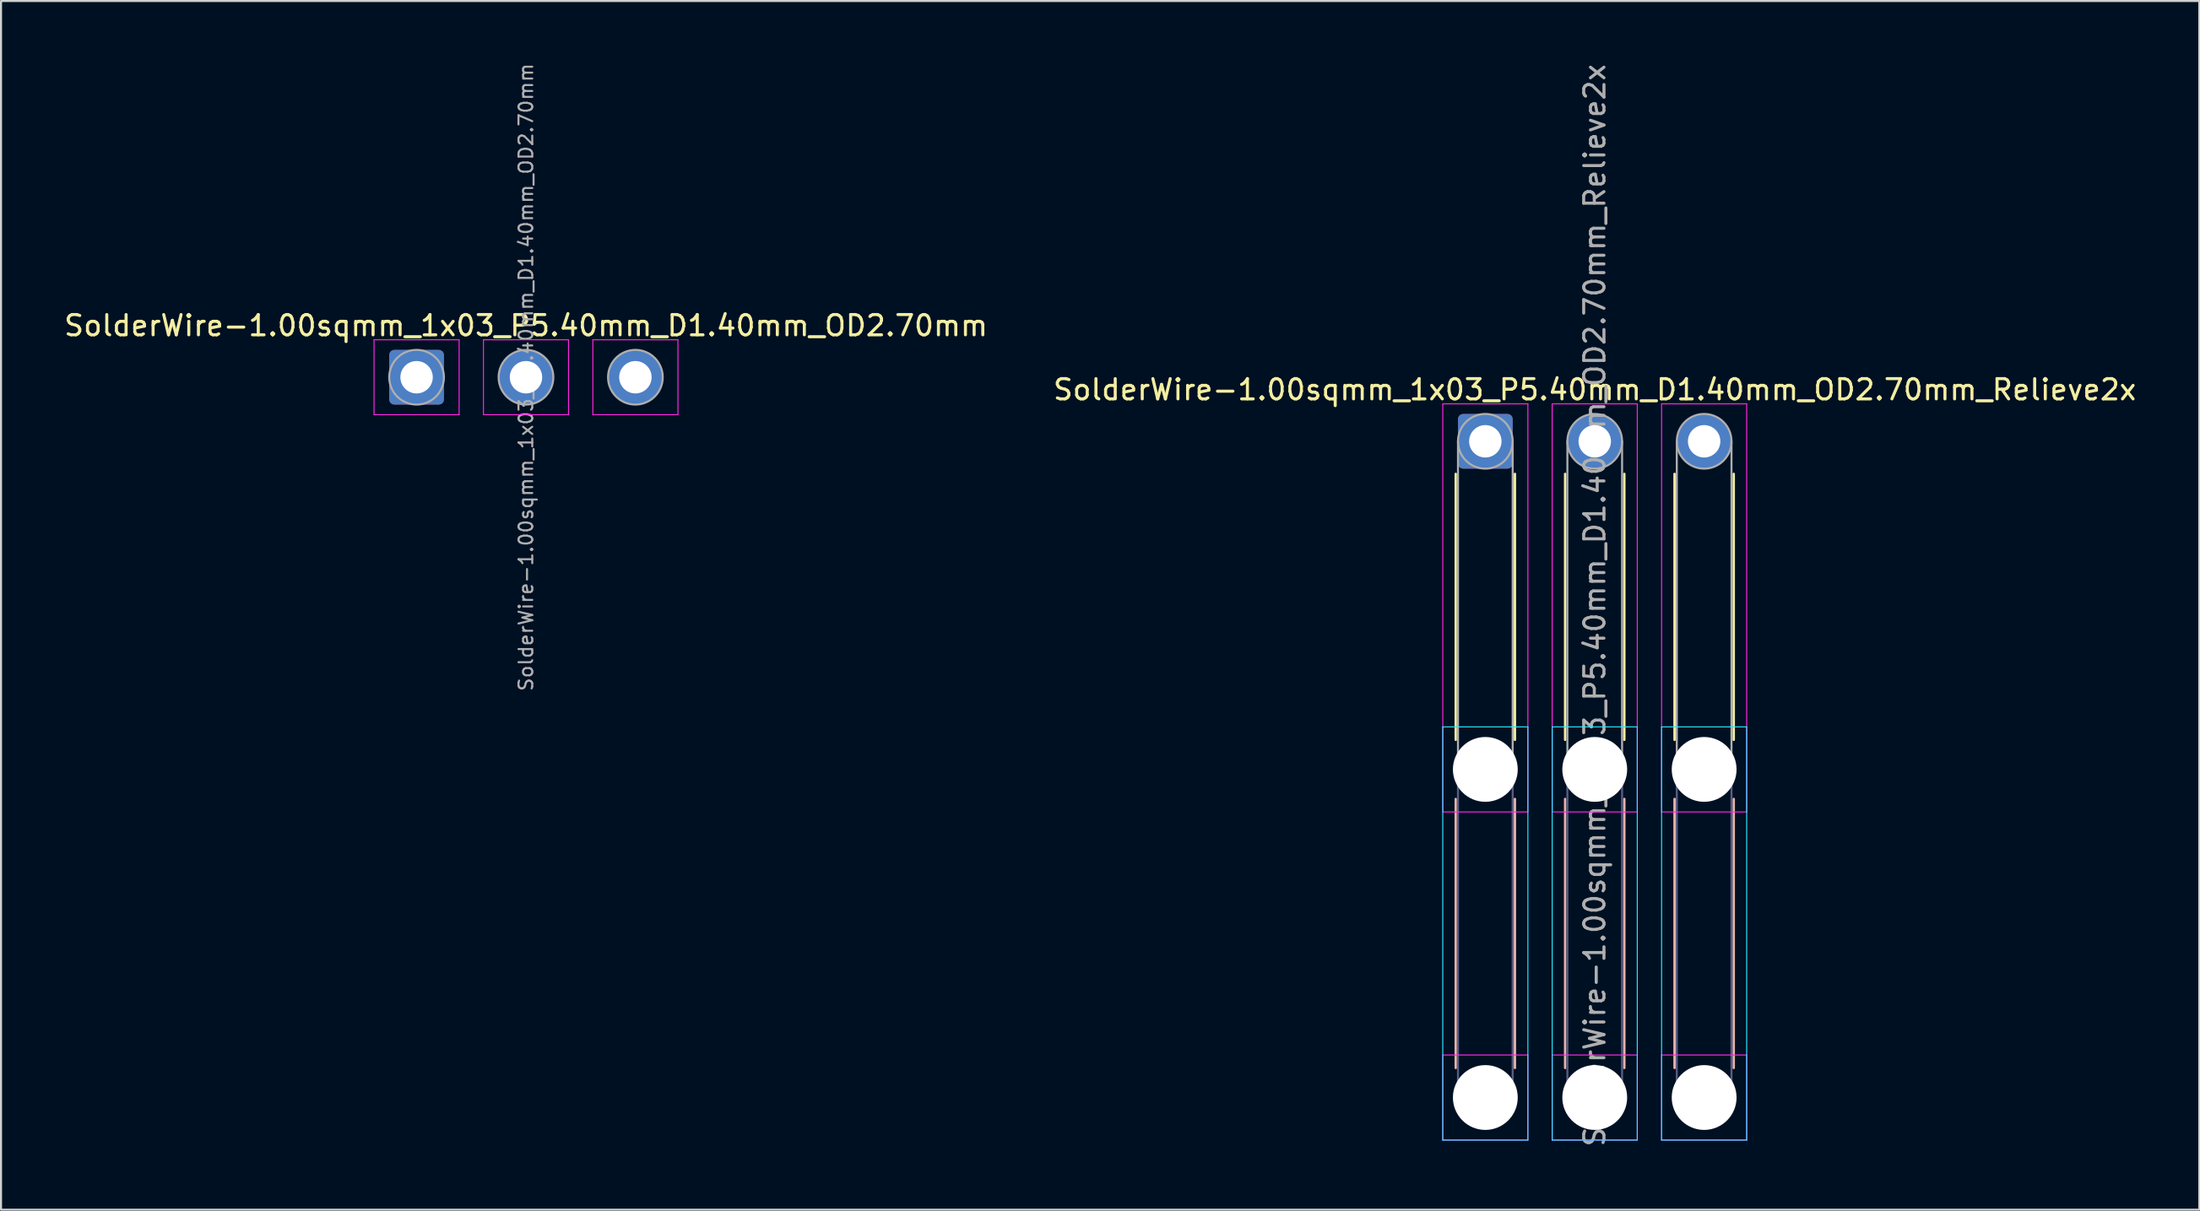
<source format=kicad_pcb>
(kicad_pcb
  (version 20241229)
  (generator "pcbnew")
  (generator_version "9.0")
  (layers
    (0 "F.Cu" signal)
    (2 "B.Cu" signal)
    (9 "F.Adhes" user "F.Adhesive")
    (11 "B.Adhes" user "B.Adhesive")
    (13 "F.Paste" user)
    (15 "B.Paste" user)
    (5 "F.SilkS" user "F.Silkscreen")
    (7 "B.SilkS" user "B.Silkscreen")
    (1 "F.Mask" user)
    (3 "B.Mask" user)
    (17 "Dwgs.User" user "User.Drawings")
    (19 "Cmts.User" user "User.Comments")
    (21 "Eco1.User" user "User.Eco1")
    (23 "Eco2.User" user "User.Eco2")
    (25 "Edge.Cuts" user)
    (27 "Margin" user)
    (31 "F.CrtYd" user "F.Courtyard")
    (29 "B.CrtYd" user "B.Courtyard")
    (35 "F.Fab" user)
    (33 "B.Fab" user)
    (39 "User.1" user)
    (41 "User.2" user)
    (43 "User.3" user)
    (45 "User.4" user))
  (footprint "SolderWire-1.00sqmm_1x03_P5.40mm_D1.40mm_OD2.70mm"
    (layer "F.Cu")
    (at 17.511 15.576)
    (property "Reference" "SolderWire-1.00sqmm_1x03_P5.40mm_D1.40mm_OD2.70mm" (at 5.4 -2.55 0) (layer "F.SilkS") (effects (font (size 1 1) (thickness 0.15))))
    (attr exclude_from_pos_files exclude_from_bom)
    (fp_line (start -2.1 -1.85) (end -2.1 1.85) (stroke (width 0.05) (type solid)) (layer "F.CrtYd"))
    (fp_line (start -2.1 1.85) (end 2.1 1.85) (stroke (width 0.05) (type solid)) (layer "F.CrtYd"))
    (fp_line (start 2.1 -1.85) (end -2.1 -1.85) (stroke (width 0.05) (type solid)) (layer "F.CrtYd"))
    (fp_line (start 2.1 1.85) (end 2.1 -1.85) (stroke (width 0.05) (type solid)) (layer "F.CrtYd"))
    (fp_line (start 3.3 -1.85) (end 3.3 1.85) (stroke (width 0.05) (type solid)) (layer "F.CrtYd"))
    (fp_line (start 3.3 1.85) (end 7.5 1.85) (stroke (width 0.05) (type solid)) (layer "F.CrtYd"))
    (fp_line (start 7.5 -1.85) (end 3.3 -1.85) (stroke (width 0.05) (type solid)) (layer "F.CrtYd"))
    (fp_line (start 7.5 1.85) (end 7.5 -1.85) (stroke (width 0.05) (type solid)) (layer "F.CrtYd"))
    (fp_line (start 8.7 -1.85) (end 8.7 1.85) (stroke (width 0.05) (type solid)) (layer "F.CrtYd"))
    (fp_line (start 8.7 1.85) (end 12.9 1.85) (stroke (width 0.05) (type solid)) (layer "F.CrtYd"))
    (fp_line (start 12.9 -1.85) (end 8.7 -1.85) (stroke (width 0.05) (type solid)) (layer "F.CrtYd"))
    (fp_line (start 12.9 1.85) (end 12.9 -1.85) (stroke (width 0.05) (type solid)) (layer "F.CrtYd"))
    (fp_circle (center 0 0) (end 1.35 0) (stroke (width 0.1) (type solid)) (fill no) (layer "F.Fab"))
    (fp_circle (center 5.4 0) (end 6.75 0) (stroke (width 0.1) (type solid)) (fill no) (layer "F.Fab"))
    (fp_circle (center 10.8 0) (end 12.15 0) (stroke (width 0.1) (type solid)) (fill no) (layer "F.Fab"))
    (fp_text user "${REFERENCE}" (at 5.4 0 90) (layer "F.Fab") (effects (font (size 0.68 0.68) (thickness 0.1))))
    (pad "1" thru_hole roundrect (at 0 0) (size 2.7 2.7) (drill 1.6) (layers "*.Cu" "*.Mask") (roundrect_rratio 0.093))
    (pad "2" thru_hole circle (at 5.4 0) (size 2.7 2.7) (drill 1.6) (layers "*.Cu" "*.Mask"))
    (pad "3" thru_hole circle (at 10.8 0) (size 2.7 2.7) (drill 1.6) (layers "*.Cu" "*.Mask")))
  (footprint "SolderWire-1.00sqmm_1x03_P5.40mm_D1.40mm_OD2.70mm_Relieve2x"
    (layer "F.Cu")
    (at 70.261 18.739)
    (property "Reference" "SolderWire-1.00sqmm_1x03_P5.40mm_D1.40mm_OD2.70mm_Relieve2x" (at 5.4 -2.55 0) (layer "F.SilkS") (effects (font (size 1 1) (thickness 0.15))))
    (attr exclude_from_pos_files exclude_from_bom)
    (fp_line (start -1.46 1.61) (end -1.46 14.74) (stroke (width 0.12) (type solid)) (layer "F.SilkS"))
    (fp_line (start 1.46 1.61) (end 1.46 14.74) (stroke (width 0.12) (type solid)) (layer "F.SilkS"))
    (fp_line (start 3.94 1.61) (end 3.94 14.74) (stroke (width 0.12) (type solid)) (layer "F.SilkS"))
    (fp_line (start 6.86 1.61) (end 6.86 14.74) (stroke (width 0.12) (type solid)) (layer "F.SilkS"))
    (fp_line (start 9.34 1.61) (end 9.34 14.74) (stroke (width 0.12) (type solid)) (layer "F.SilkS"))
    (fp_line (start 12.26 1.61) (end 12.26 14.74) (stroke (width 0.12) (type solid)) (layer "F.SilkS"))
    (fp_line (start -1.46 17.66) (end -1.46 30.94) (stroke (width 0.12) (type solid)) (layer "B.SilkS"))
    (fp_line (start 1.46 17.66) (end 1.46 30.94) (stroke (width 0.12) (type solid)) (layer "B.SilkS"))
    (fp_line (start 3.94 17.66) (end 3.94 30.94) (stroke (width 0.12) (type solid)) (layer "B.SilkS"))
    (fp_line (start 6.86 17.66) (end 6.86 30.94) (stroke (width 0.12) (type solid)) (layer "B.SilkS"))
    (fp_line (start 9.34 17.66) (end 9.34 30.94) (stroke (width 0.12) (type solid)) (layer "B.SilkS"))
    (fp_line (start 12.26 17.66) (end 12.26 30.94) (stroke (width 0.12) (type solid)) (layer "B.SilkS"))
    (fp_line (start -2.1 14.1) (end -2.1 34.5) (stroke (width 0.05) (type solid)) (layer "B.CrtYd"))
    (fp_line (start -2.1 34.5) (end 2.1 34.5) (stroke (width 0.05) (type solid)) (layer "B.CrtYd"))
    (fp_line (start 2.1 14.1) (end -2.1 14.1) (stroke (width 0.05) (type solid)) (layer "B.CrtYd"))
    (fp_line (start 2.1 34.5) (end 2.1 14.1) (stroke (width 0.05) (type solid)) (layer "B.CrtYd"))
    (fp_line (start 3.3 14.1) (end 3.3 34.5) (stroke (width 0.05) (type solid)) (layer "B.CrtYd"))
    (fp_line (start 3.3 34.5) (end 7.5 34.5) (stroke (width 0.05) (type solid)) (layer "B.CrtYd"))
    (fp_line (start 7.5 14.1) (end 3.3 14.1) (stroke (width 0.05) (type solid)) (layer "B.CrtYd"))
    (fp_line (start 7.5 34.5) (end 7.5 14.1) (stroke (width 0.05) (type solid)) (layer "B.CrtYd"))
    (fp_line (start 8.7 14.1) (end 8.7 34.5) (stroke (width 0.05) (type solid)) (layer "B.CrtYd"))
    (fp_line (start 8.7 34.5) (end 12.9 34.5) (stroke (width 0.05) (type solid)) (layer "B.CrtYd"))
    (fp_line (start 12.9 14.1) (end 8.7 14.1) (stroke (width 0.05) (type solid)) (layer "B.CrtYd"))
    (fp_line (start 12.9 34.5) (end 12.9 14.1) (stroke (width 0.05) (type solid)) (layer "B.CrtYd"))
    (fp_line (start -2.1 -1.85) (end -2.1 18.3) (stroke (width 0.05) (type solid)) (layer "F.CrtYd"))
    (fp_line (start -2.1 18.3) (end 2.1 18.3) (stroke (width 0.05) (type solid)) (layer "F.CrtYd"))
    (fp_line (start -2.1 30.3) (end -2.1 34.5) (stroke (width 0.05) (type solid)) (layer "F.CrtYd"))
    (fp_line (start -2.1 34.5) (end 2.1 34.5) (stroke (width 0.05) (type solid)) (layer "F.CrtYd"))
    (fp_line (start 2.1 -1.85) (end -2.1 -1.85) (stroke (width 0.05) (type solid)) (layer "F.CrtYd"))
    (fp_line (start 2.1 18.3) (end 2.1 -1.85) (stroke (width 0.05) (type solid)) (layer "F.CrtYd"))
    (fp_line (start 2.1 30.3) (end -2.1 30.3) (stroke (width 0.05) (type solid)) (layer "F.CrtYd"))
    (fp_line (start 2.1 34.5) (end 2.1 30.3) (stroke (width 0.05) (type solid)) (layer "F.CrtYd"))
    (fp_line (start 3.3 -1.85) (end 3.3 18.3) (stroke (width 0.05) (type solid)) (layer "F.CrtYd"))
    (fp_line (start 3.3 18.3) (end 7.5 18.3) (stroke (width 0.05) (type solid)) (layer "F.CrtYd"))
    (fp_line (start 3.3 30.3) (end 3.3 34.5) (stroke (width 0.05) (type solid)) (layer "F.CrtYd"))
    (fp_line (start 3.3 34.5) (end 7.5 34.5) (stroke (width 0.05) (type solid)) (layer "F.CrtYd"))
    (fp_line (start 7.5 -1.85) (end 3.3 -1.85) (stroke (width 0.05) (type solid)) (layer "F.CrtYd"))
    (fp_line (start 7.5 18.3) (end 7.5 -1.85) (stroke (width 0.05) (type solid)) (layer "F.CrtYd"))
    (fp_line (start 7.5 30.3) (end 3.3 30.3) (stroke (width 0.05) (type solid)) (layer "F.CrtYd"))
    (fp_line (start 7.5 34.5) (end 7.5 30.3) (stroke (width 0.05) (type solid)) (layer "F.CrtYd"))
    (fp_line (start 8.7 -1.85) (end 8.7 18.3) (stroke (width 0.05) (type solid)) (layer "F.CrtYd"))
    (fp_line (start 8.7 18.3) (end 12.9 18.3) (stroke (width 0.05) (type solid)) (layer "F.CrtYd"))
    (fp_line (start 8.7 30.3) (end 8.7 34.5) (stroke (width 0.05) (type solid)) (layer "F.CrtYd"))
    (fp_line (start 8.7 34.5) (end 12.9 34.5) (stroke (width 0.05) (type solid)) (layer "F.CrtYd"))
    (fp_line (start 12.9 -1.85) (end 8.7 -1.85) (stroke (width 0.05) (type solid)) (layer "F.CrtYd"))
    (fp_line (start 12.9 18.3) (end 12.9 -1.85) (stroke (width 0.05) (type solid)) (layer "F.CrtYd"))
    (fp_line (start 12.9 30.3) (end 8.7 30.3) (stroke (width 0.05) (type solid)) (layer "F.CrtYd"))
    (fp_line (start 12.9 34.5) (end 12.9 30.3) (stroke (width 0.05) (type solid)) (layer "F.CrtYd"))
    (fp_line (start -1.35 16.2) (end -1.35 32.4) (stroke (width 0.1) (type solid)) (layer "B.Fab"))
    (fp_line (start 1.35 16.2) (end 1.35 32.4) (stroke (width 0.1) (type solid)) (layer "B.Fab"))
    (fp_line (start 4.05 16.2) (end 4.05 32.4) (stroke (width 0.1) (type solid)) (layer "B.Fab"))
    (fp_line (start 6.75 16.2) (end 6.75 32.4) (stroke (width 0.1) (type solid)) (layer "B.Fab"))
    (fp_line (start 9.45 16.2) (end 9.45 32.4) (stroke (width 0.1) (type solid)) (layer "B.Fab"))
    (fp_line (start 12.15 16.2) (end 12.15 32.4) (stroke (width 0.1) (type solid)) (layer "B.Fab"))
    (fp_circle (center 0 16.2) (end 1.35 16.2) (stroke (width 0.1) (type solid)) (fill no) (layer "B.Fab"))
    (fp_circle (center 0 32.4) (end 1.35 32.4) (stroke (width 0.1) (type solid)) (fill no) (layer "B.Fab"))
    (fp_circle (center 5.4 16.2) (end 6.75 16.2) (stroke (width 0.1) (type solid)) (fill no) (layer "B.Fab"))
    (fp_circle (center 5.4 32.4) (end 6.75 32.4) (stroke (width 0.1) (type solid)) (fill no) (layer "B.Fab"))
    (fp_circle (center 10.8 16.2) (end 12.15 16.2) (stroke (width 0.1) (type solid)) (fill no) (layer "B.Fab"))
    (fp_circle (center 10.8 32.4) (end 12.15 32.4) (stroke (width 0.1) (type solid)) (fill no) (layer "B.Fab"))
    (fp_line (start -1.35 0) (end -1.35 16.2) (stroke (width 0.1) (type solid)) (layer "F.Fab"))
    (fp_line (start 1.35 0) (end 1.35 16.2) (stroke (width 0.1) (type solid)) (layer "F.Fab"))
    (fp_line (start 4.05 0) (end 4.05 16.2) (stroke (width 0.1) (type solid)) (layer "F.Fab"))
    (fp_line (start 6.75 0) (end 6.75 16.2) (stroke (width 0.1) (type solid)) (layer "F.Fab"))
    (fp_line (start 9.45 0) (end 9.45 16.2) (stroke (width 0.1) (type solid)) (layer "F.Fab"))
    (fp_line (start 12.15 0) (end 12.15 16.2) (stroke (width 0.1) (type solid)) (layer "F.Fab"))
    (fp_circle (center 0 0) (end 1.35 0) (stroke (width 0.1) (type solid)) (fill no) (layer "F.Fab"))
    (fp_circle (center 0 16.2) (end 1.35 16.2) (stroke (width 0.1) (type solid)) (fill no) (layer "F.Fab"))
    (fp_circle (center 0 32.4) (end 1.35 32.4) (stroke (width 0.1) (type solid)) (fill no) (layer "F.Fab"))
    (fp_circle (center 5.4 0) (end 6.75 0) (stroke (width 0.1) (type solid)) (fill no) (layer "F.Fab"))
    (fp_circle (center 5.4 16.2) (end 6.75 16.2) (stroke (width 0.1) (type solid)) (fill no) (layer "F.Fab"))
    (fp_circle (center 5.4 32.4) (end 6.75 32.4) (stroke (width 0.1) (type solid)) (fill no) (layer "F.Fab"))
    (fp_circle (center 10.8 0) (end 12.15 0) (stroke (width 0.1) (type solid)) (fill no) (layer "F.Fab"))
    (fp_circle (center 10.8 16.2) (end 12.15 16.2) (stroke (width 0.1) (type solid)) (fill no) (layer "F.Fab"))
    (fp_circle (center 10.8 32.4) (end 12.15 32.4) (stroke (width 0.1) (type solid)) (fill no) (layer "F.Fab"))
    (fp_text user "${REFERENCE}" (at 5.4 8.1 90) (layer "F.Fab") (effects (font (size 1 1) (thickness 0.15))))
    (pad "" np_thru_hole circle (at 0 16.2) (size 3.2 3.2) (drill 3.2) (layers "*.Cu" "*.Mask"))
    (pad "" np_thru_hole circle (at 0 32.4) (size 3.2 3.2) (drill 3.2) (layers "*.Cu" "*.Mask"))
    (pad "" np_thru_hole circle (at 5.4 16.2) (size 3.2 3.2) (drill 3.2) (layers "*.Cu" "*.Mask"))
    (pad "" np_thru_hole circle (at 5.4 32.4) (size 3.2 3.2) (drill 3.2) (layers "*.Cu" "*.Mask"))
    (pad "" np_thru_hole circle (at 10.8 16.2) (size 3.2 3.2) (drill 3.2) (layers "*.Cu" "*.Mask"))
    (pad "" np_thru_hole circle (at 10.8 32.4) (size 3.2 3.2) (drill 3.2) (layers "*.Cu" "*.Mask"))
    (pad "1" thru_hole roundrect (at 0 0) (size 2.7 2.7) (drill 1.6) (layers "*.Cu" "*.Mask") (roundrect_rratio 0.093))
    (pad "2" thru_hole circle (at 5.4 0) (size 2.7 2.7) (drill 1.6) (layers "*.Cu" "*.Mask"))
    (pad "3" thru_hole circle (at 10.8 0) (size 2.7 2.7) (drill 1.6) (layers "*.Cu" "*.Mask")))
  (gr_rect
    (start -3 -3)
    (end 105.5 56.679)
    (stroke (width 0.1) (type default))
    (fill no)
    (layer "Edge.Cuts")))
</source>
